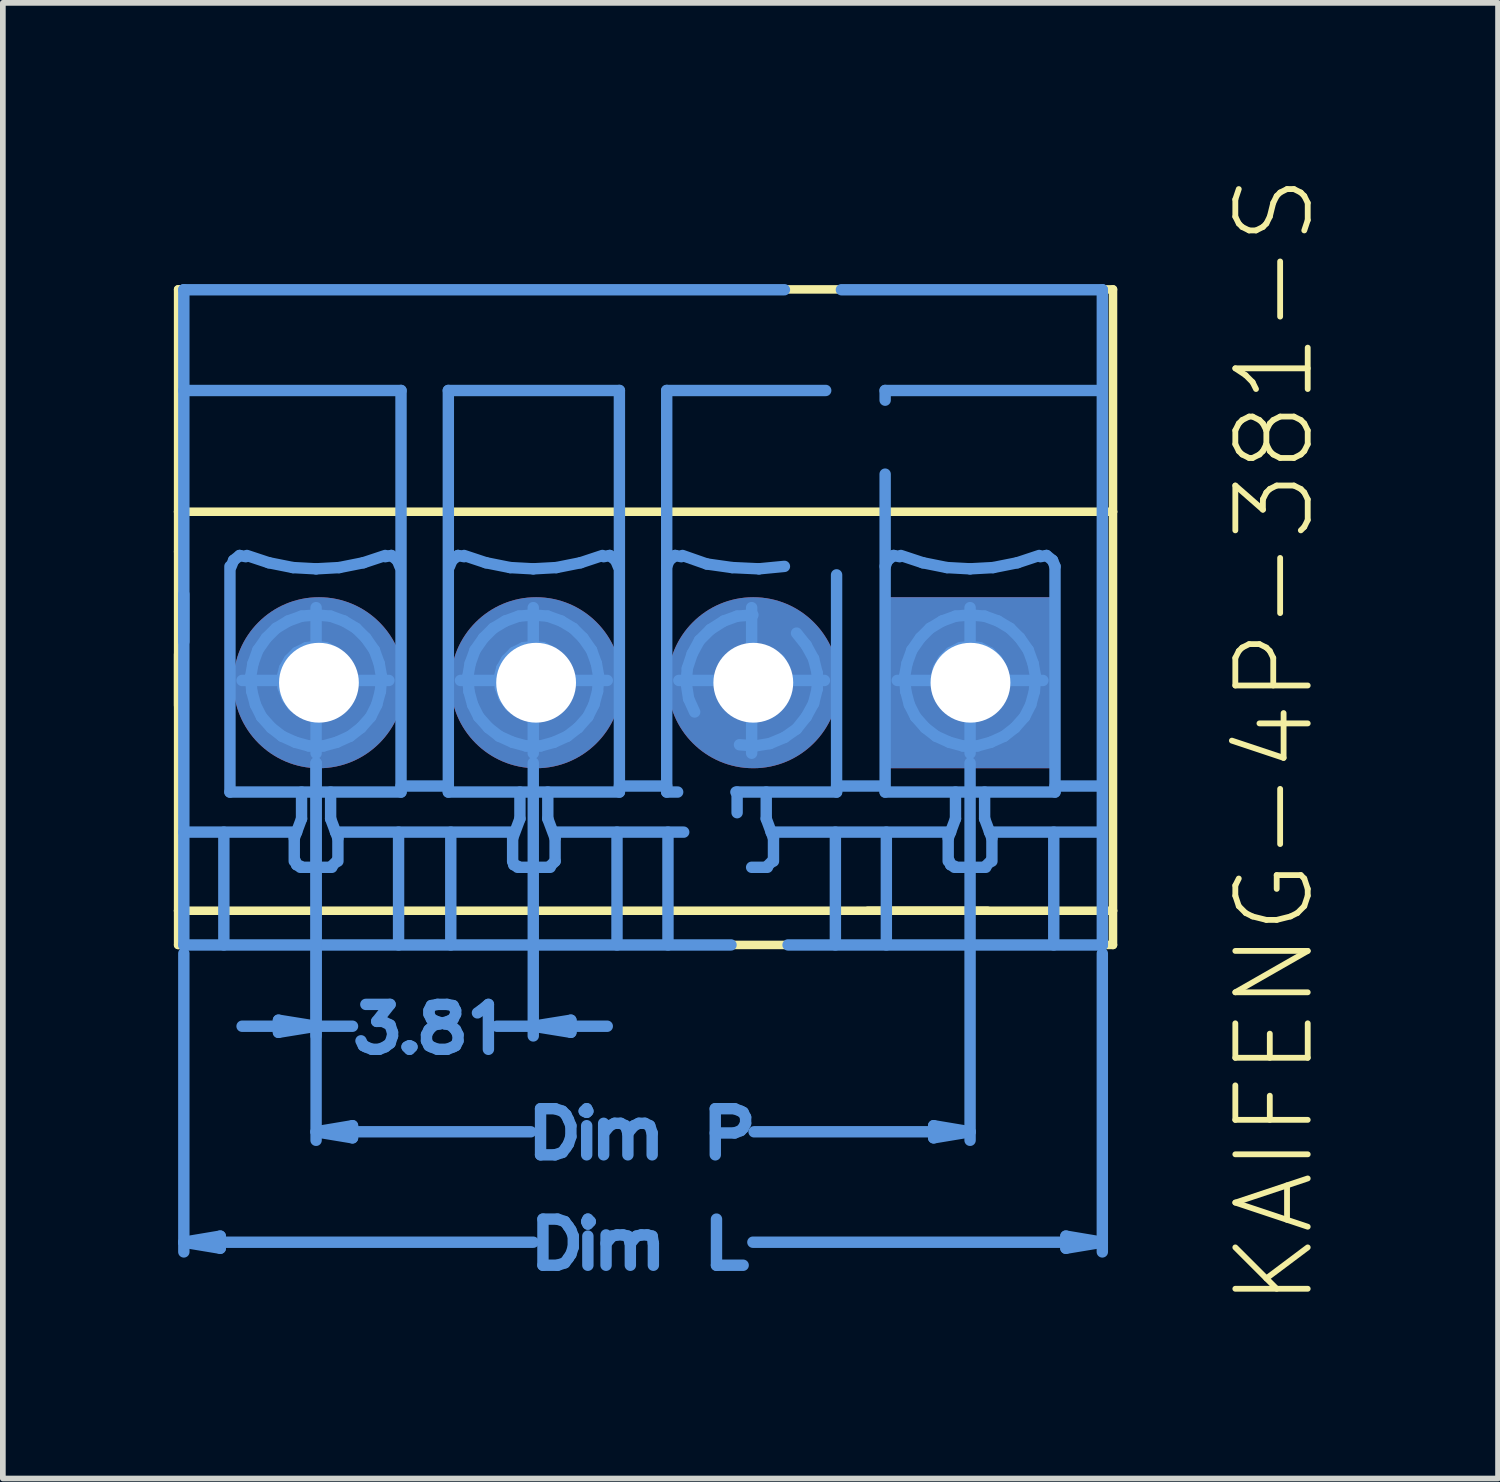
<source format=kicad_pcb>
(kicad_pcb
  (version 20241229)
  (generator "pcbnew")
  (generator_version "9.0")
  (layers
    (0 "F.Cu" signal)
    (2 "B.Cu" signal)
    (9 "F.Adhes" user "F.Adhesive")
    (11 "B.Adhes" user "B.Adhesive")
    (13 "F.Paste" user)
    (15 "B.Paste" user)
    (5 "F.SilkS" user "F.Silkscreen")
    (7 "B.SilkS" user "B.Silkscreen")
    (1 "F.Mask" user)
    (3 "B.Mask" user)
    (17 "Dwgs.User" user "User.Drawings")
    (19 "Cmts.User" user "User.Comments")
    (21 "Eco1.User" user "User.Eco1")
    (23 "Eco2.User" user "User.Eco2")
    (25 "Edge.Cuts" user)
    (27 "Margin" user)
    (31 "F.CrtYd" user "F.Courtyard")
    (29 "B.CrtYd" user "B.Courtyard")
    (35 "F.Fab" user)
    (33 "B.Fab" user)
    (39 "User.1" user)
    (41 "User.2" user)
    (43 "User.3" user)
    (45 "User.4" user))
  (footprint "KAIFENG-4P-381-S"
    (layer "F.Cu")
    (at 13.975 8.927)
    (property "Reference" "KAIFENG-4P-381-S" (at 5.334 1.016 90) (layer "F.SilkS") (effects (font (size 1.27 1.27) (thickness 0.102))))
    (attr exclude_from_pos_files exclude_from_bom)
    (fp_line (start -13.9 -6.9) (end 2.5 -6.9) (stroke (width 0.15) (type solid)) (layer "F.SilkS"))
    (fp_line (start -13.9 -3) (end -13.9 -6.9) (stroke (width 0.15) (type solid)) (layer "F.SilkS"))
    (fp_line (start -13.9 -3) (end 2.5 -3) (stroke (width 0.15) (type solid)) (layer "F.SilkS"))
    (fp_line (start -13.9 -2.3) (end -13.9 -3) (stroke (width 0.15) (type solid)) (layer "F.SilkS"))
    (fp_line (start -13.9 0.4) (end -13.9 -0.5) (stroke (width 0.15) (type solid)) (layer "F.SilkS"))
    (fp_line (start -13.9 4) (end -13.9 -2.3) (stroke (width 0.15) (type solid)) (layer "F.SilkS"))
    (fp_line (start -13.9 4) (end -13.9 4.6) (stroke (width 0.15) (type solid)) (layer "F.SilkS"))
    (fp_line (start -13.9 4.6) (end 2.5 4.6) (stroke (width 0.15) (type solid)) (layer "F.SilkS"))
    (fp_line (start -1.8 4) (end 0.3 4) (stroke (width 0.15) (type solid)) (layer "F.SilkS"))
    (fp_line (start 2.5 -6.9) (end 2.5 -3) (stroke (width 0.15) (type solid)) (layer "F.SilkS"))
    (fp_line (start 2.5 -3) (end 2.5 4) (stroke (width 0.15) (type solid)) (layer "F.SilkS"))
    (fp_line (start 2.5 4) (end -13.9 4) (stroke (width 0.15) (type solid)) (layer "F.SilkS"))
    (fp_line (start 2.5 4.6) (end 2.5 4) (stroke (width 0.15) (type solid)) (layer "F.SilkS"))
    (fp_line (start -13.8 -6.894) (end -3.264 -6.894) (stroke (width 0.2) (type solid)) (layer "Cmts.User"))
    (fp_line (start -13.8 -5.127) (end -9.99 -5.127) (stroke (width 0.2) (type solid)) (layer "Cmts.User"))
    (fp_line (start -13.8 -1.551) (end -13.8 -0.721) (stroke (width 0.2) (type solid)) (layer "Cmts.User"))
    (fp_line (start -13.8 2.621) (end -11.821 2.621) (stroke (width 0.2) (type solid)) (layer "Cmts.User"))
    (fp_line (start -13.8 4.6) (end -13.8 -6.894) (stroke (width 0.2) (type solid)) (layer "Cmts.User"))
    (fp_line (start -13.8 4.6) (end -4.201 4.6) (stroke (width 0.2) (type solid)) (layer "Cmts.User"))
    (fp_line (start -13.8 4.749) (end -13.8 9.985) (stroke (width 0.2) (type solid)) (layer "Cmts.User"))
    (fp_line (start -13.8 9.815) (end -13.161 9.708) (stroke (width 0.2) (type solid)) (layer "Cmts.User"))
    (fp_line (start -13.161 9.708) (end -13.161 9.921) (stroke (width 0.2) (type solid)) (layer "Cmts.User"))
    (fp_line (start -13.161 9.815) (end -7.67 9.815) (stroke (width 0.2) (type solid)) (layer "Cmts.User"))
    (fp_line (start -13.161 9.921) (end -13.8 9.815) (stroke (width 0.2) (type solid)) (layer "Cmts.User"))
    (fp_line (start -13.098 4.6) (end -13.098 2.621) (stroke (width 0.2) (type solid)) (layer "Cmts.User"))
    (fp_line (start -12.991 1.918) (end -12.991 -2.041) (stroke (width 0.2) (type solid)) (layer "Cmts.User"))
    (fp_line (start -12.927 -2.147) (end -12.97 -2.041) (stroke (width 0.2) (type solid)) (layer "Cmts.User"))
    (fp_line (start -12.821 -2.232) (end -12.927 -2.147) (stroke (width 0.2) (type solid)) (layer "Cmts.User"))
    (fp_line (start -12.778 -0.04) (end -11.927 -0.04) (stroke (width 0.2) (type solid)) (layer "Cmts.User"))
    (fp_line (start -12.714 -2.211) (end -12.821 -2.232) (stroke (width 0.2) (type solid)) (layer "Cmts.User"))
    (fp_line (start -12.693 -2.232) (end -12.31 -2.105) (stroke (width 0.2) (type solid)) (layer "Cmts.User"))
    (fp_line (start -12.629 -0.104) (end -12.608 0.151) (stroke (width 0.2) (type solid)) (layer "Cmts.User"))
    (fp_line (start -12.608 0.151) (end -12.544 0.386) (stroke (width 0.2) (type solid)) (layer "Cmts.User"))
    (fp_line (start -12.587 -0.338) (end -12.629 -0.104) (stroke (width 0.2) (type solid)) (layer "Cmts.User"))
    (fp_line (start -12.544 0.386) (end -12.438 0.598) (stroke (width 0.2) (type solid)) (layer "Cmts.User"))
    (fp_line (start -12.502 -0.572) (end -12.587 -0.338) (stroke (width 0.2) (type solid)) (layer "Cmts.User"))
    (fp_line (start -12.438 0.598) (end -12.267 0.79) (stroke (width 0.2) (type solid)) (layer "Cmts.User"))
    (fp_line (start -12.353 -0.785) (end -12.502 -0.572) (stroke (width 0.2) (type solid)) (layer "Cmts.User"))
    (fp_line (start -12.31 -2.105) (end -11.884 -2.02) (stroke (width 0.2) (type solid)) (layer "Cmts.User"))
    (fp_line (start -12.267 0.79) (end -12.076 0.939) (stroke (width 0.2) (type solid)) (layer "Cmts.User"))
    (fp_line (start -12.182 -0.955) (end -12.353 -0.785) (stroke (width 0.2) (type solid)) (layer "Cmts.User"))
    (fp_line (start -12.14 5.92) (end -12.14 6.133) (stroke (width 0.2) (type solid)) (layer "Cmts.User"))
    (fp_line (start -12.14 6.026) (end -12.778 6.026) (stroke (width 0.2) (type solid)) (layer "Cmts.User"))
    (fp_line (start -12.14 6.133) (end -11.48 6.026) (stroke (width 0.2) (type solid)) (layer "Cmts.User"))
    (fp_line (start -12.076 -0.083) (end -12.055 0.088) (stroke (width 0.2) (type solid)) (layer "Cmts.User"))
    (fp_line (start -12.076 0.939) (end -11.842 1.045) (stroke (width 0.2) (type solid)) (layer "Cmts.User"))
    (fp_line (start -12.055 0.088) (end -11.991 0.258) (stroke (width 0.2) (type solid)) (layer "Cmts.User"))
    (fp_line (start -12.033 -0.253) (end -12.076 -0.083) (stroke (width 0.2) (type solid)) (layer "Cmts.User"))
    (fp_line (start -11.991 0.258) (end -11.884 0.407) (stroke (width 0.2) (type solid)) (layer "Cmts.User"))
    (fp_line (start -11.969 -1.083) (end -12.182 -0.955) (stroke (width 0.2) (type solid)) (layer "Cmts.User"))
    (fp_line (start -11.948 -0.402) (end -12.033 -0.253) (stroke (width 0.2) (type solid)) (layer "Cmts.User"))
    (fp_line (start -11.884 -2.02) (end -11.48 -1.998) (stroke (width 0.2) (type solid)) (layer "Cmts.User"))
    (fp_line (start -11.884 0.407) (end -11.735 0.492) (stroke (width 0.2) (type solid)) (layer "Cmts.User"))
    (fp_line (start -11.863 2.727) (end -11.863 3.131) (stroke (width 0.2) (type solid)) (layer "Cmts.User"))
    (fp_line (start -11.863 2.727) (end -11.735 2.386) (stroke (width 0.2) (type solid)) (layer "Cmts.User"))
    (fp_line (start -11.842 1.045) (end -11.608 1.109) (stroke (width 0.2) (type solid)) (layer "Cmts.User"))
    (fp_line (start -11.842 3.131) (end -11.821 3.195) (stroke (width 0.2) (type solid)) (layer "Cmts.User"))
    (fp_line (start -11.821 -0.53) (end -11.948 -0.402) (stroke (width 0.2) (type solid)) (layer "Cmts.User"))
    (fp_line (start -11.821 3.195) (end -11.757 3.216) (stroke (width 0.2) (type solid)) (layer "Cmts.User"))
    (fp_line (start -11.757 3.238) (end -11.203 3.238) (stroke (width 0.2) (type solid)) (layer "Cmts.User"))
    (fp_line (start -11.735 -1.168) (end -11.969 -1.083) (stroke (width 0.2) (type solid)) (layer "Cmts.User"))
    (fp_line (start -11.735 0.492) (end -11.565 0.556) (stroke (width 0.2) (type solid)) (layer "Cmts.User"))
    (fp_line (start -11.735 1.918) (end -11.735 2.386) (stroke (width 0.2) (type solid)) (layer "Cmts.User"))
    (fp_line (start -11.65 -0.615) (end -11.821 -0.53) (stroke (width 0.2) (type solid)) (layer "Cmts.User"))
    (fp_line (start -11.629 -0.04) (end -11.331 -0.04) (stroke (width 0.2) (type solid)) (layer "Cmts.User"))
    (fp_line (start -11.608 1.109) (end -11.352 1.109) (stroke (width 0.2) (type solid)) (layer "Cmts.User"))
    (fp_line (start -11.565 0.556) (end -11.395 0.556) (stroke (width 0.2) (type solid)) (layer "Cmts.User"))
    (fp_line (start -11.48 -1.998) (end -11.076 -2.02) (stroke (width 0.2) (type solid)) (layer "Cmts.User"))
    (fp_line (start -11.48 -1.189) (end -11.735 -1.168) (stroke (width 0.2) (type solid)) (layer "Cmts.User"))
    (fp_line (start -11.48 -0.636) (end -11.65 -0.615) (stroke (width 0.2) (type solid)) (layer "Cmts.User"))
    (fp_line (start -11.48 -0.487) (end -11.48 -1.317) (stroke (width 0.2) (type solid)) (layer "Cmts.User"))
    (fp_line (start -11.48 0.109) (end -11.48 -0.189) (stroke (width 0.2) (type solid)) (layer "Cmts.User"))
    (fp_line (start -11.48 1.237) (end -11.48 0.407) (stroke (width 0.2) (type solid)) (layer "Cmts.User"))
    (fp_line (start -11.48 1.407) (end -11.48 6.196) (stroke (width 0.2) (type solid)) (layer "Cmts.User"))
    (fp_line (start -11.48 1.407) (end -11.48 8.027) (stroke (width 0.2) (type solid)) (layer "Cmts.User"))
    (fp_line (start -11.48 6.026) (end -12.14 5.92) (stroke (width 0.2) (type solid)) (layer "Cmts.User"))
    (fp_line (start -11.48 6.026) (end -10.841 6.026) (stroke (width 0.2) (type solid)) (layer "Cmts.User"))
    (fp_line (start -11.48 7.878) (end -10.841 7.771) (stroke (width 0.2) (type solid)) (layer "Cmts.User"))
    (fp_line (start -11.395 0.556) (end -11.225 0.492) (stroke (width 0.2) (type solid)) (layer "Cmts.User"))
    (fp_line (start -11.352 1.109) (end -11.118 1.045) (stroke (width 0.2) (type solid)) (layer "Cmts.User"))
    (fp_line (start -11.31 -0.615) (end -11.48 -0.636) (stroke (width 0.2) (type solid)) (layer "Cmts.User"))
    (fp_line (start -11.225 -1.168) (end -11.48 -1.189) (stroke (width 0.2) (type solid)) (layer "Cmts.User"))
    (fp_line (start -11.225 0.492) (end -11.076 0.407) (stroke (width 0.2) (type solid)) (layer "Cmts.User"))
    (fp_line (start -11.225 2.386) (end -11.225 1.918) (stroke (width 0.2) (type solid)) (layer "Cmts.User"))
    (fp_line (start -11.225 2.386) (end -11.097 2.727) (stroke (width 0.2) (type solid)) (layer "Cmts.User"))
    (fp_line (start -11.203 3.216) (end -11.118 3.131) (stroke (width 0.2) (type solid)) (layer "Cmts.User"))
    (fp_line (start -11.139 -0.53) (end -11.31 -0.615) (stroke (width 0.2) (type solid)) (layer "Cmts.User"))
    (fp_line (start -11.139 2.621) (end -8.011 2.621) (stroke (width 0.2) (type solid)) (layer "Cmts.User"))
    (fp_line (start -11.118 1.045) (end -10.884 0.939) (stroke (width 0.2) (type solid)) (layer "Cmts.User"))
    (fp_line (start -11.097 3.131) (end -11.097 2.727) (stroke (width 0.2) (type solid)) (layer "Cmts.User"))
    (fp_line (start -11.076 -2.02) (end -10.65 -2.105) (stroke (width 0.2) (type solid)) (layer "Cmts.User"))
    (fp_line (start -11.076 0.407) (end -10.969 0.258) (stroke (width 0.2) (type solid)) (layer "Cmts.User"))
    (fp_line (start -11.033 -0.04) (end -10.203 -0.04) (stroke (width 0.2) (type solid)) (layer "Cmts.User"))
    (fp_line (start -11.012 -0.402) (end -11.139 -0.53) (stroke (width 0.2) (type solid)) (layer "Cmts.User"))
    (fp_line (start -10.99 -1.083) (end -11.225 -1.168) (stroke (width 0.2) (type solid)) (layer "Cmts.User"))
    (fp_line (start -10.969 0.258) (end -10.905 0.088) (stroke (width 0.2) (type solid)) (layer "Cmts.User"))
    (fp_line (start -10.927 -0.253) (end -11.012 -0.402) (stroke (width 0.2) (type solid)) (layer "Cmts.User"))
    (fp_line (start -10.905 0.088) (end -10.884 -0.083) (stroke (width 0.2) (type solid)) (layer "Cmts.User"))
    (fp_line (start -10.884 -0.083) (end -10.927 -0.253) (stroke (width 0.2) (type solid)) (layer "Cmts.User"))
    (fp_line (start -10.884 0.939) (end -10.692 0.79) (stroke (width 0.2) (type solid)) (layer "Cmts.User"))
    (fp_line (start -10.841 7.771) (end -10.841 7.984) (stroke (width 0.2) (type solid)) (layer "Cmts.User"))
    (fp_line (start -10.841 7.878) (end -7.713 7.878) (stroke (width 0.2) (type solid)) (layer "Cmts.User"))
    (fp_line (start -10.841 7.984) (end -11.48 7.878) (stroke (width 0.2) (type solid)) (layer "Cmts.User"))
    (fp_line (start -10.778 -0.955) (end -10.99 -1.083) (stroke (width 0.2) (type solid)) (layer "Cmts.User"))
    (fp_line (start -10.692 0.79) (end -10.522 0.598) (stroke (width 0.2) (type solid)) (layer "Cmts.User"))
    (fp_line (start -10.65 -2.105) (end -10.267 -2.232) (stroke (width 0.2) (type solid)) (layer "Cmts.User"))
    (fp_line (start -10.65 6.367) (end -10.692 6.282) (stroke (width 0.2) (type solid)) (layer "Cmts.User"))
    (fp_line (start -10.607 -0.785) (end -10.778 -0.955) (stroke (width 0.2) (type solid)) (layer "Cmts.User"))
    (fp_line (start -10.607 5.643) (end -10.182 5.643) (stroke (width 0.2) (type solid)) (layer "Cmts.User"))
    (fp_line (start -10.607 6.388) (end -10.65 6.367) (stroke (width 0.2) (type solid)) (layer "Cmts.User"))
    (fp_line (start -10.522 0.598) (end -10.416 0.386) (stroke (width 0.2) (type solid)) (layer "Cmts.User"))
    (fp_line (start -10.501 6.431) (end -10.607 6.388) (stroke (width 0.2) (type solid)) (layer "Cmts.User"))
    (fp_line (start -10.458 -0.572) (end -10.607 -0.785) (stroke (width 0.2) (type solid)) (layer "Cmts.User"))
    (fp_line (start -10.416 0.386) (end -10.352 0.151) (stroke (width 0.2) (type solid)) (layer "Cmts.User"))
    (fp_line (start -10.416 5.941) (end -10.309 5.941) (stroke (width 0.2) (type solid)) (layer "Cmts.User"))
    (fp_line (start -10.373 -0.338) (end -10.458 -0.572) (stroke (width 0.2) (type solid)) (layer "Cmts.User"))
    (fp_line (start -10.373 6.431) (end -10.501 6.431) (stroke (width 0.2) (type solid)) (layer "Cmts.User"))
    (fp_line (start -10.352 0.151) (end -10.331 -0.104) (stroke (width 0.2) (type solid)) (layer "Cmts.User"))
    (fp_line (start -10.331 -0.104) (end -10.373 -0.338) (stroke (width 0.2) (type solid)) (layer "Cmts.User"))
    (fp_line (start -10.309 5.941) (end -10.182 6.005) (stroke (width 0.2) (type solid)) (layer "Cmts.User"))
    (fp_line (start -10.267 6.388) (end -10.373 6.431) (stroke (width 0.2) (type solid)) (layer "Cmts.User"))
    (fp_line (start -10.182 5.643) (end -10.416 5.941) (stroke (width 0.2) (type solid)) (layer "Cmts.User"))
    (fp_line (start -10.182 6.005) (end -10.139 6.133) (stroke (width 0.2) (type solid)) (layer "Cmts.User"))
    (fp_line (start -10.182 6.324) (end -10.267 6.388) (stroke (width 0.2) (type solid)) (layer "Cmts.User"))
    (fp_line (start -10.16 -2.232) (end -10.267 -2.211) (stroke (width 0.2) (type solid)) (layer "Cmts.User"))
    (fp_line (start -10.139 6.133) (end -10.139 6.196) (stroke (width 0.2) (type solid)) (layer "Cmts.User"))
    (fp_line (start -10.139 6.196) (end -10.182 6.324) (stroke (width 0.2) (type solid)) (layer "Cmts.User"))
    (fp_line (start -10.054 -2.147) (end -10.16 -2.232) (stroke (width 0.2) (type solid)) (layer "Cmts.User"))
    (fp_line (start -10.033 4.6) (end -10.033 2.621) (stroke (width 0.2) (type solid)) (layer "Cmts.User"))
    (fp_line (start -10.011 -2.041) (end -10.054 -2.147) (stroke (width 0.2) (type solid)) (layer "Cmts.User"))
    (fp_line (start -9.99 -5.127) (end -9.99 1.918) (stroke (width 0.2) (type solid)) (layer "Cmts.User"))
    (fp_line (start -9.99 1.918) (end -12.991 1.918) (stroke (width 0.2) (type solid)) (layer "Cmts.User"))
    (fp_line (start -9.884 6.388) (end -9.841 6.431) (stroke (width 0.2) (type solid)) (layer "Cmts.User"))
    (fp_line (start -9.841 6.367) (end -9.884 6.388) (stroke (width 0.2) (type solid)) (layer "Cmts.User"))
    (fp_line (start -9.841 6.431) (end -9.798 6.388) (stroke (width 0.2) (type solid)) (layer "Cmts.User"))
    (fp_line (start -9.798 6.388) (end -9.841 6.367) (stroke (width 0.2) (type solid)) (layer "Cmts.User"))
    (fp_line (start -9.543 6.175) (end -9.5 6.09) (stroke (width 0.2) (type solid)) (layer "Cmts.User"))
    (fp_line (start -9.543 6.282) (end -9.543 6.175) (stroke (width 0.2) (type solid)) (layer "Cmts.User"))
    (fp_line (start -9.5 5.749) (end -9.5 5.813) (stroke (width 0.2) (type solid)) (layer "Cmts.User"))
    (fp_line (start -9.5 5.813) (end -9.458 5.898) (stroke (width 0.2) (type solid)) (layer "Cmts.User"))
    (fp_line (start -9.5 6.09) (end -9.415 6.005) (stroke (width 0.2) (type solid)) (layer "Cmts.User"))
    (fp_line (start -9.5 6.367) (end -9.543 6.282) (stroke (width 0.2) (type solid)) (layer "Cmts.User"))
    (fp_line (start -9.458 5.664) (end -9.5 5.749) (stroke (width 0.2) (type solid)) (layer "Cmts.User"))
    (fp_line (start -9.458 5.898) (end -9.373 5.941) (stroke (width 0.2) (type solid)) (layer "Cmts.User"))
    (fp_line (start -9.458 6.388) (end -9.5 6.367) (stroke (width 0.2) (type solid)) (layer "Cmts.User"))
    (fp_line (start -9.415 6.005) (end -9.309 5.984) (stroke (width 0.2) (type solid)) (layer "Cmts.User"))
    (fp_line (start -9.373 5.941) (end -9.224 5.984) (stroke (width 0.2) (type solid)) (layer "Cmts.User"))
    (fp_line (start -9.351 5.643) (end -9.458 5.664) (stroke (width 0.2) (type solid)) (layer "Cmts.User"))
    (fp_line (start -9.351 6.431) (end -9.458 6.388) (stroke (width 0.2) (type solid)) (layer "Cmts.User"))
    (fp_line (start -9.309 5.984) (end -9.16 5.941) (stroke (width 0.2) (type solid)) (layer "Cmts.User"))
    (fp_line (start -9.224 5.984) (end -9.117 6.005) (stroke (width 0.2) (type solid)) (layer "Cmts.User"))
    (fp_line (start -9.181 5.643) (end -9.351 5.643) (stroke (width 0.2) (type solid)) (layer "Cmts.User"))
    (fp_line (start -9.181 6.431) (end -9.351 6.431) (stroke (width 0.2) (type solid)) (layer "Cmts.User"))
    (fp_line (start -9.16 -5.127) (end -9.16 1.918) (stroke (width 0.2) (type solid)) (layer "Cmts.User"))
    (fp_line (start -9.16 1.812) (end -9.99 1.812) (stroke (width 0.2) (type solid)) (layer "Cmts.User"))
    (fp_line (start -9.16 1.918) (end -6.159 1.918) (stroke (width 0.2) (type solid)) (layer "Cmts.User"))
    (fp_line (start -9.16 5.941) (end -9.075 5.898) (stroke (width 0.2) (type solid)) (layer "Cmts.User"))
    (fp_line (start -9.117 4.6) (end -9.117 2.621) (stroke (width 0.2) (type solid)) (layer "Cmts.User"))
    (fp_line (start -9.117 6.005) (end -9.032 6.09) (stroke (width 0.2) (type solid)) (layer "Cmts.User"))
    (fp_line (start -9.096 -2.147) (end -9.139 -2.041) (stroke (width 0.2) (type solid)) (layer "Cmts.User"))
    (fp_line (start -9.075 5.664) (end -9.181 5.643) (stroke (width 0.2) (type solid)) (layer "Cmts.User"))
    (fp_line (start -9.075 5.898) (end -9.032 5.813) (stroke (width 0.2) (type solid)) (layer "Cmts.User"))
    (fp_line (start -9.075 6.388) (end -9.181 6.431) (stroke (width 0.2) (type solid)) (layer "Cmts.User"))
    (fp_line (start -9.032 5.749) (end -9.075 5.664) (stroke (width 0.2) (type solid)) (layer "Cmts.User"))
    (fp_line (start -9.032 5.813) (end -9.032 5.749) (stroke (width 0.2) (type solid)) (layer "Cmts.User"))
    (fp_line (start -9.032 6.09) (end -8.99 6.175) (stroke (width 0.2) (type solid)) (layer "Cmts.User"))
    (fp_line (start -9.032 6.367) (end -9.075 6.388) (stroke (width 0.2) (type solid)) (layer "Cmts.User"))
    (fp_line (start -8.99 -2.232) (end -9.096 -2.147) (stroke (width 0.2) (type solid)) (layer "Cmts.User"))
    (fp_line (start -8.99 6.175) (end -8.99 6.282) (stroke (width 0.2) (type solid)) (layer "Cmts.User"))
    (fp_line (start -8.99 6.282) (end -9.032 6.367) (stroke (width 0.2) (type solid)) (layer "Cmts.User"))
    (fp_line (start -8.947 -0.04) (end -8.096 -0.04) (stroke (width 0.2) (type solid)) (layer "Cmts.User"))
    (fp_line (start -8.883 -2.232) (end -8.5 -2.105) (stroke (width 0.2) (type solid)) (layer "Cmts.User"))
    (fp_line (start -8.883 -2.211) (end -8.99 -2.232) (stroke (width 0.2) (type solid)) (layer "Cmts.User"))
    (fp_line (start -8.819 -0.104) (end -8.798 0.151) (stroke (width 0.2) (type solid)) (layer "Cmts.User"))
    (fp_line (start -8.798 0.151) (end -8.734 0.386) (stroke (width 0.2) (type solid)) (layer "Cmts.User"))
    (fp_line (start -8.777 -0.338) (end -8.819 -0.104) (stroke (width 0.2) (type solid)) (layer "Cmts.User"))
    (fp_line (start -8.734 0.386) (end -8.628 0.598) (stroke (width 0.2) (type solid)) (layer "Cmts.User"))
    (fp_line (start -8.692 -0.572) (end -8.777 -0.338) (stroke (width 0.2) (type solid)) (layer "Cmts.User"))
    (fp_line (start -8.649 5.792) (end -8.585 5.749) (stroke (width 0.2) (type solid)) (layer "Cmts.User"))
    (fp_line (start -8.628 0.598) (end -8.457 0.79) (stroke (width 0.2) (type solid)) (layer "Cmts.User"))
    (fp_line (start -8.585 5.749) (end -8.457 5.643) (stroke (width 0.2) (type solid)) (layer "Cmts.User"))
    (fp_line (start -8.543 -0.785) (end -8.692 -0.572) (stroke (width 0.2) (type solid)) (layer "Cmts.User"))
    (fp_line (start -8.5 -2.105) (end -8.074 -2.02) (stroke (width 0.2) (type solid)) (layer "Cmts.User"))
    (fp_line (start -8.457 0.79) (end -8.266 0.939) (stroke (width 0.2) (type solid)) (layer "Cmts.User"))
    (fp_line (start -8.457 5.643) (end -8.457 6.431) (stroke (width 0.2) (type solid)) (layer "Cmts.User"))
    (fp_line (start -8.372 -0.955) (end -8.543 -0.785) (stroke (width 0.2) (type solid)) (layer "Cmts.User"))
    (fp_line (start -8.266 -0.083) (end -8.245 0.088) (stroke (width 0.2) (type solid)) (layer "Cmts.User"))
    (fp_line (start -8.266 0.939) (end -8.032 1.045) (stroke (width 0.2) (type solid)) (layer "Cmts.User"))
    (fp_line (start -8.245 0.088) (end -8.181 0.258) (stroke (width 0.2) (type solid)) (layer "Cmts.User"))
    (fp_line (start -8.223 -0.253) (end -8.266 -0.083) (stroke (width 0.2) (type solid)) (layer "Cmts.User"))
    (fp_line (start -8.181 0.258) (end -8.074 0.407) (stroke (width 0.2) (type solid)) (layer "Cmts.User"))
    (fp_line (start -8.159 -1.083) (end -8.372 -0.955) (stroke (width 0.2) (type solid)) (layer "Cmts.User"))
    (fp_line (start -8.138 -0.402) (end -8.223 -0.253) (stroke (width 0.2) (type solid)) (layer "Cmts.User"))
    (fp_line (start -8.074 -2.02) (end -7.67 -1.998) (stroke (width 0.2) (type solid)) (layer "Cmts.User"))
    (fp_line (start -8.074 0.407) (end -7.925 0.492) (stroke (width 0.2) (type solid)) (layer "Cmts.User"))
    (fp_line (start -8.032 1.045) (end -7.798 1.109) (stroke (width 0.2) (type solid)) (layer "Cmts.User"))
    (fp_line (start -8.032 2.727) (end -8.032 3.131) (stroke (width 0.2) (type solid)) (layer "Cmts.User"))
    (fp_line (start -8.032 2.727) (end -7.904 2.386) (stroke (width 0.2) (type solid)) (layer "Cmts.User"))
    (fp_line (start -8.032 3.131) (end -8.011 3.195) (stroke (width 0.2) (type solid)) (layer "Cmts.User"))
    (fp_line (start -8.011 -0.53) (end -8.138 -0.402) (stroke (width 0.2) (type solid)) (layer "Cmts.User"))
    (fp_line (start -8.011 3.195) (end -7.947 3.216) (stroke (width 0.2) (type solid)) (layer "Cmts.User"))
    (fp_line (start -7.947 3.238) (end -7.372 3.238) (stroke (width 0.2) (type solid)) (layer "Cmts.User"))
    (fp_line (start -7.925 -1.168) (end -8.159 -1.083) (stroke (width 0.2) (type solid)) (layer "Cmts.User"))
    (fp_line (start -7.925 0.492) (end -7.755 0.556) (stroke (width 0.2) (type solid)) (layer "Cmts.User"))
    (fp_line (start -7.904 1.918) (end -7.904 2.386) (stroke (width 0.2) (type solid)) (layer "Cmts.User"))
    (fp_line (start -7.84 -0.615) (end -8.011 -0.53) (stroke (width 0.2) (type solid)) (layer "Cmts.User"))
    (fp_line (start -7.819 -0.04) (end -7.521 -0.04) (stroke (width 0.2) (type solid)) (layer "Cmts.User"))
    (fp_line (start -7.798 1.109) (end -7.542 1.109) (stroke (width 0.2) (type solid)) (layer "Cmts.User"))
    (fp_line (start -7.755 0.556) (end -7.585 0.556) (stroke (width 0.2) (type solid)) (layer "Cmts.User"))
    (fp_line (start -7.67 -1.998) (end -7.266 -2.02) (stroke (width 0.2) (type solid)) (layer "Cmts.User"))
    (fp_line (start -7.67 -1.189) (end -7.925 -1.168) (stroke (width 0.2) (type solid)) (layer "Cmts.User"))
    (fp_line (start -7.67 -0.636) (end -7.84 -0.615) (stroke (width 0.2) (type solid)) (layer "Cmts.User"))
    (fp_line (start -7.67 -0.487) (end -7.67 -1.317) (stroke (width 0.2) (type solid)) (layer "Cmts.User"))
    (fp_line (start -7.67 0.109) (end -7.67 -0.189) (stroke (width 0.2) (type solid)) (layer "Cmts.User"))
    (fp_line (start -7.67 1.237) (end -7.67 0.407) (stroke (width 0.2) (type solid)) (layer "Cmts.User"))
    (fp_line (start -7.67 1.407) (end -7.67 6.196) (stroke (width 0.2) (type solid)) (layer "Cmts.User"))
    (fp_line (start -7.67 6.026) (end -8.308 6.026) (stroke (width 0.2) (type solid)) (layer "Cmts.User"))
    (fp_line (start -7.67 6.026) (end -7.01 5.92) (stroke (width 0.2) (type solid)) (layer "Cmts.User"))
    (fp_line (start -7.585 0.556) (end -7.415 0.492) (stroke (width 0.2) (type solid)) (layer "Cmts.User"))
    (fp_line (start -7.542 1.109) (end -7.308 1.045) (stroke (width 0.2) (type solid)) (layer "Cmts.User"))
    (fp_line (start -7.542 7.473) (end -7.287 7.473) (stroke (width 0.2) (type solid)) (layer "Cmts.User"))
    (fp_line (start -7.542 8.282) (end -7.542 7.473) (stroke (width 0.2) (type solid)) (layer "Cmts.User"))
    (fp_line (start -7.5 -0.615) (end -7.67 -0.636) (stroke (width 0.2) (type solid)) (layer "Cmts.User"))
    (fp_line (start -7.5 9.41) (end -7.244 9.41) (stroke (width 0.2) (type solid)) (layer "Cmts.User"))
    (fp_line (start -7.5 10.219) (end -7.5 9.41) (stroke (width 0.2) (type solid)) (layer "Cmts.User"))
    (fp_line (start -7.415 -1.168) (end -7.67 -1.189) (stroke (width 0.2) (type solid)) (layer "Cmts.User"))
    (fp_line (start -7.415 0.492) (end -7.266 0.407) (stroke (width 0.2) (type solid)) (layer "Cmts.User"))
    (fp_line (start -7.415 2.386) (end -7.415 1.918) (stroke (width 0.2) (type solid)) (layer "Cmts.User"))
    (fp_line (start -7.415 2.386) (end -7.287 2.727) (stroke (width 0.2) (type solid)) (layer "Cmts.User"))
    (fp_line (start -7.372 3.216) (end -7.287 3.131) (stroke (width 0.2) (type solid)) (layer "Cmts.User"))
    (fp_line (start -7.329 -0.53) (end -7.5 -0.615) (stroke (width 0.2) (type solid)) (layer "Cmts.User"))
    (fp_line (start -7.308 1.045) (end -7.074 0.939) (stroke (width 0.2) (type solid)) (layer "Cmts.User"))
    (fp_line (start -7.308 2.621) (end -5.031 2.621) (stroke (width 0.2) (type solid)) (layer "Cmts.User"))
    (fp_line (start -7.287 3.131) (end -7.287 2.727) (stroke (width 0.2) (type solid)) (layer "Cmts.User"))
    (fp_line (start -7.287 7.473) (end -7.159 7.516) (stroke (width 0.2) (type solid)) (layer "Cmts.User"))
    (fp_line (start -7.287 8.282) (end -7.542 8.282) (stroke (width 0.2) (type solid)) (layer "Cmts.User"))
    (fp_line (start -7.266 -2.02) (end -6.84 -2.105) (stroke (width 0.2) (type solid)) (layer "Cmts.User"))
    (fp_line (start -7.266 0.407) (end -7.159 0.258) (stroke (width 0.2) (type solid)) (layer "Cmts.User"))
    (fp_line (start -7.244 9.41) (end -7.117 9.453) (stroke (width 0.2) (type solid)) (layer "Cmts.User"))
    (fp_line (start -7.244 10.219) (end -7.5 10.219) (stroke (width 0.2) (type solid)) (layer "Cmts.User"))
    (fp_line (start -7.223 -0.04) (end -6.372 -0.04) (stroke (width 0.2) (type solid)) (layer "Cmts.User"))
    (fp_line (start -7.202 -0.402) (end -7.329 -0.53) (stroke (width 0.2) (type solid)) (layer "Cmts.User"))
    (fp_line (start -7.18 -1.083) (end -7.415 -1.168) (stroke (width 0.2) (type solid)) (layer "Cmts.User"))
    (fp_line (start -7.159 0.258) (end -7.095 0.088) (stroke (width 0.2) (type solid)) (layer "Cmts.User"))
    (fp_line (start -7.159 7.516) (end -7.095 7.58) (stroke (width 0.2) (type solid)) (layer "Cmts.User"))
    (fp_line (start -7.159 8.24) (end -7.287 8.282) (stroke (width 0.2) (type solid)) (layer "Cmts.User"))
    (fp_line (start -7.117 -0.253) (end -7.202 -0.402) (stroke (width 0.2) (type solid)) (layer "Cmts.User"))
    (fp_line (start -7.117 9.453) (end -7.053 9.538) (stroke (width 0.2) (type solid)) (layer "Cmts.User"))
    (fp_line (start -7.117 10.177) (end -7.244 10.219) (stroke (width 0.2) (type solid)) (layer "Cmts.User"))
    (fp_line (start -7.095 0.088) (end -7.074 -0.083) (stroke (width 0.2) (type solid)) (layer "Cmts.User"))
    (fp_line (start -7.095 7.58) (end -7.053 7.665) (stroke (width 0.2) (type solid)) (layer "Cmts.User"))
    (fp_line (start -7.095 8.155) (end -7.159 8.24) (stroke (width 0.2) (type solid)) (layer "Cmts.User"))
    (fp_line (start -7.074 -0.083) (end -7.117 -0.253) (stroke (width 0.2) (type solid)) (layer "Cmts.User"))
    (fp_line (start -7.074 0.939) (end -6.882 0.79) (stroke (width 0.2) (type solid)) (layer "Cmts.User"))
    (fp_line (start -7.053 7.665) (end -7.01 7.771) (stroke (width 0.2) (type solid)) (layer "Cmts.User"))
    (fp_line (start -7.053 8.091) (end -7.095 8.155) (stroke (width 0.2) (type solid)) (layer "Cmts.User"))
    (fp_line (start -7.053 9.538) (end -7.01 9.602) (stroke (width 0.2) (type solid)) (layer "Cmts.User"))
    (fp_line (start -7.053 10.092) (end -7.117 10.177) (stroke (width 0.2) (type solid)) (layer "Cmts.User"))
    (fp_line (start -7.01 5.92) (end -7.01 6.133) (stroke (width 0.2) (type solid)) (layer "Cmts.User"))
    (fp_line (start -7.01 6.026) (end -6.372 6.026) (stroke (width 0.2) (type solid)) (layer "Cmts.User"))
    (fp_line (start -7.01 6.133) (end -7.67 6.026) (stroke (width 0.2) (type solid)) (layer "Cmts.User"))
    (fp_line (start -7.01 7.771) (end -7.01 7.963) (stroke (width 0.2) (type solid)) (layer "Cmts.User"))
    (fp_line (start -7.01 7.963) (end -7.053 8.091) (stroke (width 0.2) (type solid)) (layer "Cmts.User"))
    (fp_line (start -7.01 9.602) (end -6.968 9.708) (stroke (width 0.2) (type solid)) (layer "Cmts.User"))
    (fp_line (start -7.01 10.028) (end -7.053 10.092) (stroke (width 0.2) (type solid)) (layer "Cmts.User"))
    (fp_line (start -6.968 -0.955) (end -7.18 -1.083) (stroke (width 0.2) (type solid)) (layer "Cmts.User"))
    (fp_line (start -6.968 9.708) (end -6.968 9.9) (stroke (width 0.2) (type solid)) (layer "Cmts.User"))
    (fp_line (start -6.968 9.9) (end -7.01 10.028) (stroke (width 0.2) (type solid)) (layer "Cmts.User"))
    (fp_line (start -6.882 0.79) (end -6.712 0.598) (stroke (width 0.2) (type solid)) (layer "Cmts.User"))
    (fp_line (start -6.84 -2.105) (end -6.457 -2.232) (stroke (width 0.2) (type solid)) (layer "Cmts.User"))
    (fp_line (start -6.797 -0.785) (end -6.968 -0.955) (stroke (width 0.2) (type solid)) (layer "Cmts.User"))
    (fp_line (start -6.776 7.516) (end -6.733 7.537) (stroke (width 0.2) (type solid)) (layer "Cmts.User"))
    (fp_line (start -6.733 7.473) (end -6.776 7.516) (stroke (width 0.2) (type solid)) (layer "Cmts.User"))
    (fp_line (start -6.733 7.537) (end -6.712 7.516) (stroke (width 0.2) (type solid)) (layer "Cmts.User"))
    (fp_line (start -6.733 7.771) (end -6.733 8.282) (stroke (width 0.2) (type solid)) (layer "Cmts.User"))
    (fp_line (start -6.733 9.453) (end -6.712 9.496) (stroke (width 0.2) (type solid)) (layer "Cmts.User"))
    (fp_line (start -6.712 0.598) (end -6.606 0.386) (stroke (width 0.2) (type solid)) (layer "Cmts.User"))
    (fp_line (start -6.712 7.516) (end -6.733 7.473) (stroke (width 0.2) (type solid)) (layer "Cmts.User"))
    (fp_line (start -6.712 9.41) (end -6.733 9.453) (stroke (width 0.2) (type solid)) (layer "Cmts.User"))
    (fp_line (start -6.712 9.496) (end -6.67 9.453) (stroke (width 0.2) (type solid)) (layer "Cmts.User"))
    (fp_line (start -6.712 9.708) (end -6.712 10.219) (stroke (width 0.2) (type solid)) (layer "Cmts.User"))
    (fp_line (start -6.67 9.453) (end -6.712 9.41) (stroke (width 0.2) (type solid)) (layer "Cmts.User"))
    (fp_line (start -6.648 -0.572) (end -6.797 -0.785) (stroke (width 0.2) (type solid)) (layer "Cmts.User"))
    (fp_line (start -6.606 0.386) (end -6.542 0.151) (stroke (width 0.2) (type solid)) (layer "Cmts.User"))
    (fp_line (start -6.563 -0.338) (end -6.648 -0.572) (stroke (width 0.2) (type solid)) (layer "Cmts.User"))
    (fp_line (start -6.542 0.151) (end -6.521 -0.104) (stroke (width 0.2) (type solid)) (layer "Cmts.User"))
    (fp_line (start -6.521 -0.104) (end -6.563 -0.338) (stroke (width 0.2) (type solid)) (layer "Cmts.User"))
    (fp_line (start -6.435 7.729) (end -6.435 8.282) (stroke (width 0.2) (type solid)) (layer "Cmts.User"))
    (fp_line (start -6.435 7.899) (end -6.329 7.771) (stroke (width 0.2) (type solid)) (layer "Cmts.User"))
    (fp_line (start -6.393 9.687) (end -6.393 10.219) (stroke (width 0.2) (type solid)) (layer "Cmts.User"))
    (fp_line (start -6.393 9.836) (end -6.286 9.708) (stroke (width 0.2) (type solid)) (layer "Cmts.User"))
    (fp_line (start -6.329 -2.232) (end -6.435 -2.211) (stroke (width 0.2) (type solid)) (layer "Cmts.User"))
    (fp_line (start -6.329 7.771) (end -6.244 7.729) (stroke (width 0.2) (type solid)) (layer "Cmts.User"))
    (fp_line (start -6.286 9.708) (end -6.201 9.687) (stroke (width 0.2) (type solid)) (layer "Cmts.User"))
    (fp_line (start -6.244 7.729) (end -6.137 7.729) (stroke (width 0.2) (type solid)) (layer "Cmts.User"))
    (fp_line (start -6.223 -2.147) (end -6.329 -2.232) (stroke (width 0.2) (type solid)) (layer "Cmts.User"))
    (fp_line (start -6.201 4.6) (end -6.201 2.621) (stroke (width 0.2) (type solid)) (layer "Cmts.User"))
    (fp_line (start -6.201 9.687) (end -6.095 9.687) (stroke (width 0.2) (type solid)) (layer "Cmts.User"))
    (fp_line (start -6.18 -2.041) (end -6.223 -2.147) (stroke (width 0.2) (type solid)) (layer "Cmts.User"))
    (fp_line (start -6.159 -5.127) (end -9.16 -5.127) (stroke (width 0.2) (type solid)) (layer "Cmts.User"))
    (fp_line (start -6.159 1.918) (end -6.159 -5.127) (stroke (width 0.2) (type solid)) (layer "Cmts.User"))
    (fp_line (start -6.137 7.729) (end -6.052 7.771) (stroke (width 0.2) (type solid)) (layer "Cmts.User"))
    (fp_line (start -6.095 9.687) (end -6.01 9.708) (stroke (width 0.2) (type solid)) (layer "Cmts.User"))
    (fp_line (start -6.052 7.771) (end -6.01 7.899) (stroke (width 0.2) (type solid)) (layer "Cmts.User"))
    (fp_line (start -6.01 7.899) (end -6.01 8.282) (stroke (width 0.2) (type solid)) (layer "Cmts.User"))
    (fp_line (start -6.01 7.899) (end -5.903 7.771) (stroke (width 0.2) (type solid)) (layer "Cmts.User"))
    (fp_line (start -6.01 9.708) (end -5.967 9.836) (stroke (width 0.2) (type solid)) (layer "Cmts.User"))
    (fp_line (start -5.967 9.836) (end -5.967 10.219) (stroke (width 0.2) (type solid)) (layer "Cmts.User"))
    (fp_line (start -5.967 9.836) (end -5.861 9.708) (stroke (width 0.2) (type solid)) (layer "Cmts.User"))
    (fp_line (start -5.903 7.771) (end -5.818 7.729) (stroke (width 0.2) (type solid)) (layer "Cmts.User"))
    (fp_line (start -5.861 9.708) (end -5.776 9.687) (stroke (width 0.2) (type solid)) (layer "Cmts.User"))
    (fp_line (start -5.818 7.729) (end -5.712 7.729) (stroke (width 0.2) (type solid)) (layer "Cmts.User"))
    (fp_line (start -5.776 9.687) (end -5.669 9.687) (stroke (width 0.2) (type solid)) (layer "Cmts.User"))
    (fp_line (start -5.712 7.729) (end -5.627 7.771) (stroke (width 0.2) (type solid)) (layer "Cmts.User"))
    (fp_line (start -5.669 9.687) (end -5.584 9.708) (stroke (width 0.2) (type solid)) (layer "Cmts.User"))
    (fp_line (start -5.627 7.771) (end -5.584 7.899) (stroke (width 0.2) (type solid)) (layer "Cmts.User"))
    (fp_line (start -5.584 7.899) (end -5.584 8.282) (stroke (width 0.2) (type solid)) (layer "Cmts.User"))
    (fp_line (start -5.584 9.708) (end -5.563 9.836) (stroke (width 0.2) (type solid)) (layer "Cmts.User"))
    (fp_line (start -5.563 9.836) (end -5.563 10.219) (stroke (width 0.2) (type solid)) (layer "Cmts.User"))
    (fp_line (start -5.329 -5.127) (end -5.329 1.918) (stroke (width 0.2) (type solid)) (layer "Cmts.User"))
    (fp_line (start -5.329 1.812) (end -6.159 1.812) (stroke (width 0.2) (type solid)) (layer "Cmts.User"))
    (fp_line (start -5.329 1.918) (end -5.137 1.918) (stroke (width 0.2) (type solid)) (layer "Cmts.User"))
    (fp_line (start -5.307 4.6) (end -5.307 2.621) (stroke (width 0.2) (type solid)) (layer "Cmts.User"))
    (fp_line (start -5.286 -2.147) (end -5.329 -2.041) (stroke (width 0.2) (type solid)) (layer "Cmts.User"))
    (fp_line (start -5.18 -2.232) (end -5.286 -2.147) (stroke (width 0.2) (type solid)) (layer "Cmts.User"))
    (fp_line (start -5.116 -0.04) (end -4.286 -0.04) (stroke (width 0.2) (type solid)) (layer "Cmts.User"))
    (fp_line (start -5.073 -2.211) (end -5.18 -2.232) (stroke (width 0.2) (type solid)) (layer "Cmts.User"))
    (fp_line (start -5.052 -2.232) (end -4.626 -2.083) (stroke (width 0.2) (type solid)) (layer "Cmts.User"))
    (fp_line (start -4.988 0.002) (end -4.945 0.279) (stroke (width 0.2) (type solid)) (layer "Cmts.User"))
    (fp_line (start -4.967 -0.253) (end -4.988 0.002) (stroke (width 0.2) (type solid)) (layer "Cmts.User"))
    (fp_line (start -4.945 0.279) (end -4.839 0.513) (stroke (width 0.2) (type solid)) (layer "Cmts.User"))
    (fp_line (start -4.882 -0.508) (end -4.967 -0.253) (stroke (width 0.2) (type solid)) (layer "Cmts.User"))
    (fp_line (start -4.754 -0.743) (end -4.882 -0.508) (stroke (width 0.2) (type solid)) (layer "Cmts.User"))
    (fp_line (start -4.626 -2.083) (end -4.179 -2.02) (stroke (width 0.2) (type solid)) (layer "Cmts.User"))
    (fp_line (start -4.562 -0.934) (end -4.754 -0.743) (stroke (width 0.2) (type solid)) (layer "Cmts.User"))
    (fp_line (start -4.477 7.473) (end -4.137 7.473) (stroke (width 0.2) (type solid)) (layer "Cmts.User"))
    (fp_line (start -4.477 8.282) (end -4.477 7.473) (stroke (width 0.2) (type solid)) (layer "Cmts.User"))
    (fp_line (start -4.456 9.41) (end -4.456 10.219) (stroke (width 0.2) (type solid)) (layer "Cmts.User"))
    (fp_line (start -4.456 10.219) (end -3.988 10.219) (stroke (width 0.2) (type solid)) (layer "Cmts.User"))
    (fp_line (start -4.328 -1.083) (end -4.562 -0.934) (stroke (width 0.2) (type solid)) (layer "Cmts.User"))
    (fp_line (start -4.179 -2.02) (end -3.711 -1.998) (stroke (width 0.2) (type solid)) (layer "Cmts.User"))
    (fp_line (start -4.137 7.473) (end -4.03 7.516) (stroke (width 0.2) (type solid)) (layer "Cmts.User"))
    (fp_line (start -4.137 7.899) (end -4.477 7.899) (stroke (width 0.2) (type solid)) (layer "Cmts.User"))
    (fp_line (start -4.115 1.918) (end -2.349 1.918) (stroke (width 0.2) (type solid)) (layer "Cmts.User"))
    (fp_line (start -4.094 -1.168) (end -4.328 -1.083) (stroke (width 0.2) (type solid)) (layer "Cmts.User"))
    (fp_line (start -4.094 1.918) (end -4.094 2.28) (stroke (width 0.2) (type solid)) (layer "Cmts.User"))
    (fp_line (start -4.052 1.088) (end -3.775 1.109) (stroke (width 0.2) (type solid)) (layer "Cmts.User"))
    (fp_line (start -4.03 7.516) (end -3.988 7.537) (stroke (width 0.2) (type solid)) (layer "Cmts.User"))
    (fp_line (start -4.03 7.857) (end -4.137 7.899) (stroke (width 0.2) (type solid)) (layer "Cmts.User"))
    (fp_line (start -3.988 -0.04) (end -3.69 -0.04) (stroke (width 0.2) (type solid)) (layer "Cmts.User"))
    (fp_line (start -3.988 7.537) (end -3.945 7.622) (stroke (width 0.2) (type solid)) (layer "Cmts.User"))
    (fp_line (start -3.988 7.814) (end -4.03 7.857) (stroke (width 0.2) (type solid)) (layer "Cmts.User"))
    (fp_line (start -3.945 7.622) (end -3.945 7.729) (stroke (width 0.2) (type solid)) (layer "Cmts.User"))
    (fp_line (start -3.945 7.729) (end -3.988 7.814) (stroke (width 0.2) (type solid)) (layer "Cmts.User"))
    (fp_line (start -3.86 0.556) (end -3.668 0.535) (stroke (width 0.2) (type solid)) (layer "Cmts.User"))
    (fp_line (start -3.839 -0.487) (end -3.839 -1.317) (stroke (width 0.2) (type solid)) (layer "Cmts.User"))
    (fp_line (start -3.839 0.109) (end -3.839 -0.189) (stroke (width 0.2) (type solid)) (layer "Cmts.User"))
    (fp_line (start -3.839 1.237) (end -3.839 0.407) (stroke (width 0.2) (type solid)) (layer "Cmts.User"))
    (fp_line (start -3.839 3.238) (end -3.562 3.238) (stroke (width 0.2) (type solid)) (layer "Cmts.User"))
    (fp_line (start -3.817 -1.189) (end -4.094 -1.168) (stroke (width 0.2) (type solid)) (layer "Cmts.User"))
    (fp_line (start -3.775 1.109) (end -3.519 1.067) (stroke (width 0.2) (type solid)) (layer "Cmts.User"))
    (fp_line (start -3.711 -1.998) (end -3.264 -2.041) (stroke (width 0.2) (type solid)) (layer "Cmts.User"))
    (fp_line (start -3.668 0.535) (end -3.498 0.449) (stroke (width 0.2) (type solid)) (layer "Cmts.User"))
    (fp_line (start -3.583 2.386) (end -3.583 1.918) (stroke (width 0.2) (type solid)) (layer "Cmts.User"))
    (fp_line (start -3.583 2.386) (end -3.456 2.727) (stroke (width 0.2) (type solid)) (layer "Cmts.User"))
    (fp_line (start -3.562 3.216) (end -3.477 3.131) (stroke (width 0.2) (type solid)) (layer "Cmts.User"))
    (fp_line (start -3.519 1.067) (end -3.264 0.96) (stroke (width 0.2) (type solid)) (layer "Cmts.User"))
    (fp_line (start -3.498 0.449) (end -3.37 0.322) (stroke (width 0.2) (type solid)) (layer "Cmts.User"))
    (fp_line (start -3.498 2.621) (end -0.348 2.621) (stroke (width 0.2) (type solid)) (layer "Cmts.User"))
    (fp_line (start -3.456 3.131) (end -3.456 2.727) (stroke (width 0.2) (type solid)) (layer "Cmts.User"))
    (fp_line (start -3.392 -0.04) (end -2.562 -0.04) (stroke (width 0.2) (type solid)) (layer "Cmts.User"))
    (fp_line (start -3.37 0.322) (end -3.285 0.151) (stroke (width 0.2) (type solid)) (layer "Cmts.User"))
    (fp_line (start -3.285 0.151) (end -3.243 -0.04) (stroke (width 0.2) (type solid)) (layer "Cmts.User"))
    (fp_line (start -3.264 -0.232) (end -3.349 -0.402) (stroke (width 0.2) (type solid)) (layer "Cmts.User"))
    (fp_line (start -3.264 0.96) (end -3.051 0.811) (stroke (width 0.2) (type solid)) (layer "Cmts.User"))
    (fp_line (start -3.243 -0.04) (end -3.264 -0.232) (stroke (width 0.2) (type solid)) (layer "Cmts.User"))
    (fp_line (start -3.2 4.6) (end 2.313 4.6) (stroke (width 0.2) (type solid)) (layer "Cmts.User"))
    (fp_line (start -3.051 0.811) (end -2.881 0.598) (stroke (width 0.2) (type solid)) (layer "Cmts.User"))
    (fp_line (start -2.881 -0.657) (end -3.051 -0.87) (stroke (width 0.2) (type solid)) (layer "Cmts.User"))
    (fp_line (start -2.881 0.598) (end -2.753 0.364) (stroke (width 0.2) (type solid)) (layer "Cmts.User"))
    (fp_line (start -2.753 -0.423) (end -2.881 -0.657) (stroke (width 0.2) (type solid)) (layer "Cmts.User"))
    (fp_line (start -2.753 0.364) (end -2.689 0.109) (stroke (width 0.2) (type solid)) (layer "Cmts.User"))
    (fp_line (start -2.689 -0.168) (end -2.753 -0.423) (stroke (width 0.2) (type solid)) (layer "Cmts.User"))
    (fp_line (start -2.689 0.109) (end -2.689 -0.168) (stroke (width 0.2) (type solid)) (layer "Cmts.User"))
    (fp_line (start -2.54 -5.127) (end -5.329 -5.127) (stroke (width 0.2) (type solid)) (layer "Cmts.User"))
    (fp_line (start -2.37 4.6) (end -2.37 2.621) (stroke (width 0.2) (type solid)) (layer "Cmts.User"))
    (fp_line (start -2.349 1.918) (end -2.349 -1.892) (stroke (width 0.2) (type solid)) (layer "Cmts.User"))
    (fp_line (start -2.264 -6.894) (end 2.313 -6.894) (stroke (width 0.2) (type solid)) (layer "Cmts.User"))
    (fp_line (start -1.519 1.812) (end -2.349 1.812) (stroke (width 0.2) (type solid)) (layer "Cmts.User"))
    (fp_line (start -1.497 -5.127) (end -1.497 -4.957) (stroke (width 0.2) (type solid)) (layer "Cmts.User"))
    (fp_line (start -1.497 -3.659) (end -1.497 1.918) (stroke (width 0.2) (type solid)) (layer "Cmts.User"))
    (fp_line (start -1.497 1.918) (end 1.483 1.918) (stroke (width 0.2) (type solid)) (layer "Cmts.User"))
    (fp_line (start -1.476 4.6) (end -1.476 2.621) (stroke (width 0.2) (type solid)) (layer "Cmts.User"))
    (fp_line (start -1.455 -2.147) (end -1.497 -2.041) (stroke (width 0.2) (type solid)) (layer "Cmts.User"))
    (fp_line (start -1.348 -2.232) (end -1.455 -2.147) (stroke (width 0.2) (type solid)) (layer "Cmts.User"))
    (fp_line (start -1.284 -0.04) (end -0.454 -0.04) (stroke (width 0.2) (type solid)) (layer "Cmts.User"))
    (fp_line (start -1.242 -2.211) (end -1.348 -2.232) (stroke (width 0.2) (type solid)) (layer "Cmts.User"))
    (fp_line (start -1.221 -2.232) (end -0.837 -2.105) (stroke (width 0.2) (type solid)) (layer "Cmts.User"))
    (fp_line (start -1.157 -0.104) (end -1.135 0.151) (stroke (width 0.2) (type solid)) (layer "Cmts.User"))
    (fp_line (start -1.135 0.151) (end -1.072 0.386) (stroke (width 0.2) (type solid)) (layer "Cmts.User"))
    (fp_line (start -1.114 -0.338) (end -1.157 -0.104) (stroke (width 0.2) (type solid)) (layer "Cmts.User"))
    (fp_line (start -1.072 0.386) (end -0.965 0.598) (stroke (width 0.2) (type solid)) (layer "Cmts.User"))
    (fp_line (start -1.029 -0.572) (end -1.114 -0.338) (stroke (width 0.2) (type solid)) (layer "Cmts.User"))
    (fp_line (start -0.965 0.598) (end -0.795 0.79) (stroke (width 0.2) (type solid)) (layer "Cmts.User"))
    (fp_line (start -0.88 -0.785) (end -1.029 -0.572) (stroke (width 0.2) (type solid)) (layer "Cmts.User"))
    (fp_line (start -0.837 -2.105) (end -0.412 -2.02) (stroke (width 0.2) (type solid)) (layer "Cmts.User"))
    (fp_line (start -0.795 0.79) (end -0.603 0.939) (stroke (width 0.2) (type solid)) (layer "Cmts.User"))
    (fp_line (start -0.71 -0.955) (end -0.88 -0.785) (stroke (width 0.2) (type solid)) (layer "Cmts.User"))
    (fp_line (start -0.646 7.771) (end -0.646 7.984) (stroke (width 0.2) (type solid)) (layer "Cmts.User"))
    (fp_line (start -0.646 7.878) (end -3.796 7.878) (stroke (width 0.2) (type solid)) (layer "Cmts.User"))
    (fp_line (start -0.646 7.984) (end -0.007 7.878) (stroke (width 0.2) (type solid)) (layer "Cmts.User"))
    (fp_line (start -0.603 -0.083) (end -0.582 0.088) (stroke (width 0.2) (type solid)) (layer "Cmts.User"))
    (fp_line (start -0.603 0.939) (end -0.369 1.045) (stroke (width 0.2) (type solid)) (layer "Cmts.User"))
    (fp_line (start -0.582 0.088) (end -0.518 0.258) (stroke (width 0.2) (type solid)) (layer "Cmts.User"))
    (fp_line (start -0.561 -0.253) (end -0.603 -0.083) (stroke (width 0.2) (type solid)) (layer "Cmts.User"))
    (fp_line (start -0.518 0.258) (end -0.412 0.407) (stroke (width 0.2) (type solid)) (layer "Cmts.User"))
    (fp_line (start -0.497 -1.083) (end -0.71 -0.955) (stroke (width 0.2) (type solid)) (layer "Cmts.User"))
    (fp_line (start -0.476 -0.402) (end -0.561 -0.253) (stroke (width 0.2) (type solid)) (layer "Cmts.User"))
    (fp_line (start -0.412 -2.02) (end -0.007 -1.998) (stroke (width 0.2) (type solid)) (layer "Cmts.User"))
    (fp_line (start -0.412 0.407) (end -0.263 0.492) (stroke (width 0.2) (type solid)) (layer "Cmts.User"))
    (fp_line (start -0.391 2.727) (end -0.391 3.131) (stroke (width 0.2) (type solid)) (layer "Cmts.User"))
    (fp_line (start -0.391 2.727) (end -0.263 2.386) (stroke (width 0.2) (type solid)) (layer "Cmts.User"))
    (fp_line (start -0.369 1.045) (end -0.135 1.109) (stroke (width 0.2) (type solid)) (layer "Cmts.User"))
    (fp_line (start -0.369 3.131) (end -0.348 3.195) (stroke (width 0.2) (type solid)) (layer "Cmts.User"))
    (fp_line (start -0.348 -0.53) (end -0.476 -0.402) (stroke (width 0.2) (type solid)) (layer "Cmts.User"))
    (fp_line (start -0.348 3.195) (end -0.284 3.216) (stroke (width 0.2) (type solid)) (layer "Cmts.User"))
    (fp_line (start -0.284 3.238) (end 0.269 3.238) (stroke (width 0.2) (type solid)) (layer "Cmts.User"))
    (fp_line (start -0.263 -1.168) (end -0.497 -1.083) (stroke (width 0.2) (type solid)) (layer "Cmts.User"))
    (fp_line (start -0.263 0.492) (end -0.093 0.556) (stroke (width 0.2) (type solid)) (layer "Cmts.User"))
    (fp_line (start -0.263 1.918) (end -0.263 2.386) (stroke (width 0.2) (type solid)) (layer "Cmts.User"))
    (fp_line (start -0.178 -0.615) (end -0.348 -0.53) (stroke (width 0.2) (type solid)) (layer "Cmts.User"))
    (fp_line (start -0.156 -0.04) (end 0.142 -0.04) (stroke (width 0.2) (type solid)) (layer "Cmts.User"))
    (fp_line (start -0.135 1.109) (end 0.12 1.109) (stroke (width 0.2) (type solid)) (layer "Cmts.User"))
    (fp_line (start -0.093 0.556) (end 0.078 0.556) (stroke (width 0.2) (type solid)) (layer "Cmts.User"))
    (fp_line (start -0.007 -1.998) (end 0.397 -2.02) (stroke (width 0.2) (type solid)) (layer "Cmts.User"))
    (fp_line (start -0.007 -1.189) (end -0.263 -1.168) (stroke (width 0.2) (type solid)) (layer "Cmts.User"))
    (fp_line (start -0.007 -0.636) (end -0.178 -0.615) (stroke (width 0.2) (type solid)) (layer "Cmts.User"))
    (fp_line (start -0.007 -0.487) (end -0.007 -1.317) (stroke (width 0.2) (type solid)) (layer "Cmts.User"))
    (fp_line (start -0.007 0.109) (end -0.007 -0.189) (stroke (width 0.2) (type solid)) (layer "Cmts.User"))
    (fp_line (start -0.007 1.237) (end -0.007 0.407) (stroke (width 0.2) (type solid)) (layer "Cmts.User"))
    (fp_line (start -0.007 1.407) (end -0.007 8.027) (stroke (width 0.2) (type solid)) (layer "Cmts.User"))
    (fp_line (start -0.007 7.878) (end -0.646 7.771) (stroke (width 0.2) (type solid)) (layer "Cmts.User"))
    (fp_line (start 0.078 0.556) (end 0.248 0.492) (stroke (width 0.2) (type solid)) (layer "Cmts.User"))
    (fp_line (start 0.12 1.109) (end 0.354 1.045) (stroke (width 0.2) (type solid)) (layer "Cmts.User"))
    (fp_line (start 0.163 -0.615) (end -0.007 -0.636) (stroke (width 0.2) (type solid)) (layer "Cmts.User"))
    (fp_line (start 0.248 -1.168) (end -0.007 -1.189) (stroke (width 0.2) (type solid)) (layer "Cmts.User"))
    (fp_line (start 0.248 0.492) (end 0.397 0.407) (stroke (width 0.2) (type solid)) (layer "Cmts.User"))
    (fp_line (start 0.248 2.386) (end 0.248 1.918) (stroke (width 0.2) (type solid)) (layer "Cmts.User"))
    (fp_line (start 0.248 2.386) (end 0.376 2.727) (stroke (width 0.2) (type solid)) (layer "Cmts.User"))
    (fp_line (start 0.269 3.216) (end 0.354 3.131) (stroke (width 0.2) (type solid)) (layer "Cmts.User"))
    (fp_line (start 0.333 -0.53) (end 0.163 -0.615) (stroke (width 0.2) (type solid)) (layer "Cmts.User"))
    (fp_line (start 0.333 2.621) (end 2.313 2.621) (stroke (width 0.2) (type solid)) (layer "Cmts.User"))
    (fp_line (start 0.354 1.045) (end 0.589 0.939) (stroke (width 0.2) (type solid)) (layer "Cmts.User"))
    (fp_line (start 0.376 3.131) (end 0.376 2.727) (stroke (width 0.2) (type solid)) (layer "Cmts.User"))
    (fp_line (start 0.397 -2.02) (end 0.823 -2.105) (stroke (width 0.2) (type solid)) (layer "Cmts.User"))
    (fp_line (start 0.397 0.407) (end 0.503 0.258) (stroke (width 0.2) (type solid)) (layer "Cmts.User"))
    (fp_line (start 0.44 -0.04) (end 1.27 -0.04) (stroke (width 0.2) (type solid)) (layer "Cmts.User"))
    (fp_line (start 0.461 -0.402) (end 0.333 -0.53) (stroke (width 0.2) (type solid)) (layer "Cmts.User"))
    (fp_line (start 0.482 -1.083) (end 0.248 -1.168) (stroke (width 0.2) (type solid)) (layer "Cmts.User"))
    (fp_line (start 0.503 0.258) (end 0.567 0.088) (stroke (width 0.2) (type solid)) (layer "Cmts.User"))
    (fp_line (start 0.546 -0.253) (end 0.461 -0.402) (stroke (width 0.2) (type solid)) (layer "Cmts.User"))
    (fp_line (start 0.567 0.088) (end 0.589 -0.083) (stroke (width 0.2) (type solid)) (layer "Cmts.User"))
    (fp_line (start 0.589 -0.083) (end 0.546 -0.253) (stroke (width 0.2) (type solid)) (layer "Cmts.User"))
    (fp_line (start 0.589 0.939) (end 0.78 0.79) (stroke (width 0.2) (type solid)) (layer "Cmts.User"))
    (fp_line (start 0.695 -0.955) (end 0.482 -1.083) (stroke (width 0.2) (type solid)) (layer "Cmts.User"))
    (fp_line (start 0.78 0.79) (end 0.95 0.598) (stroke (width 0.2) (type solid)) (layer "Cmts.User"))
    (fp_line (start 0.823 -2.105) (end 1.206 -2.232) (stroke (width 0.2) (type solid)) (layer "Cmts.User"))
    (fp_line (start 0.865 -0.785) (end 0.695 -0.955) (stroke (width 0.2) (type solid)) (layer "Cmts.User"))
    (fp_line (start 0.95 0.598) (end 1.057 0.386) (stroke (width 0.2) (type solid)) (layer "Cmts.User"))
    (fp_line (start 1.014 -0.572) (end 0.865 -0.785) (stroke (width 0.2) (type solid)) (layer "Cmts.User"))
    (fp_line (start 1.057 0.386) (end 1.121 0.151) (stroke (width 0.2) (type solid)) (layer "Cmts.User"))
    (fp_line (start 1.099 -0.338) (end 1.014 -0.572) (stroke (width 0.2) (type solid)) (layer "Cmts.User"))
    (fp_line (start 1.121 0.151) (end 1.142 -0.104) (stroke (width 0.2) (type solid)) (layer "Cmts.User"))
    (fp_line (start 1.142 -0.104) (end 1.099 -0.338) (stroke (width 0.2) (type solid)) (layer "Cmts.User"))
    (fp_line (start 1.334 -2.232) (end 1.227 -2.211) (stroke (width 0.2) (type solid)) (layer "Cmts.User"))
    (fp_line (start 1.44 -2.147) (end 1.334 -2.232) (stroke (width 0.2) (type solid)) (layer "Cmts.User"))
    (fp_line (start 1.461 4.6) (end 1.461 2.621) (stroke (width 0.2) (type solid)) (layer "Cmts.User"))
    (fp_line (start 1.483 -2.041) (end 1.44 -2.147) (stroke (width 0.2) (type solid)) (layer "Cmts.User"))
    (fp_line (start 1.483 1.918) (end 1.483 -2.041) (stroke (width 0.2) (type solid)) (layer "Cmts.User"))
    (fp_line (start 1.674 9.708) (end 1.674 9.921) (stroke (width 0.2) (type solid)) (layer "Cmts.User"))
    (fp_line (start 1.674 9.815) (end -3.817 9.815) (stroke (width 0.2) (type solid)) (layer "Cmts.User"))
    (fp_line (start 1.674 9.921) (end 2.313 9.815) (stroke (width 0.2) (type solid)) (layer "Cmts.User"))
    (fp_line (start 2.313 -5.127) (end -1.497 -5.127) (stroke (width 0.2) (type solid)) (layer "Cmts.User"))
    (fp_line (start 2.313 1.812) (end 1.483 1.812) (stroke (width 0.2) (type solid)) (layer "Cmts.User"))
    (fp_line (start 2.313 4.6) (end 2.313 -6.894) (stroke (width 0.2) (type solid)) (layer "Cmts.User"))
    (fp_line (start 2.313 4.749) (end 2.313 9.985) (stroke (width 0.2) (type solid)) (layer "Cmts.User"))
    (fp_line (start 2.313 9.815) (end 1.674 9.708) (stroke (width 0.2) (type solid)) (layer "Cmts.User"))
    (pad "1" thru_hole rect (at 0 0) (size 3 3) (drill 1.4) (layers "*.Cu" "*.Mask"))
    (pad "2" thru_hole circle (at -3.81 0) (size 3 3) (drill 1.4) (layers "*.Cu" "*.Mask"))
    (pad "3" thru_hole circle (at -7.62 0) (size 3 3) (drill 1.4) (layers "*.Cu" "*.Mask"))
    (pad "4" thru_hole circle (at -11.43 0) (size 3 3) (drill 1.4) (layers "*.Cu" "*.Mask")))
  (gr_rect
    (start -3 -3)
    (end 23.23 22.887)
    (stroke (width 0.1) (type default))
    (fill no)
    (layer "Edge.Cuts")))
</source>
